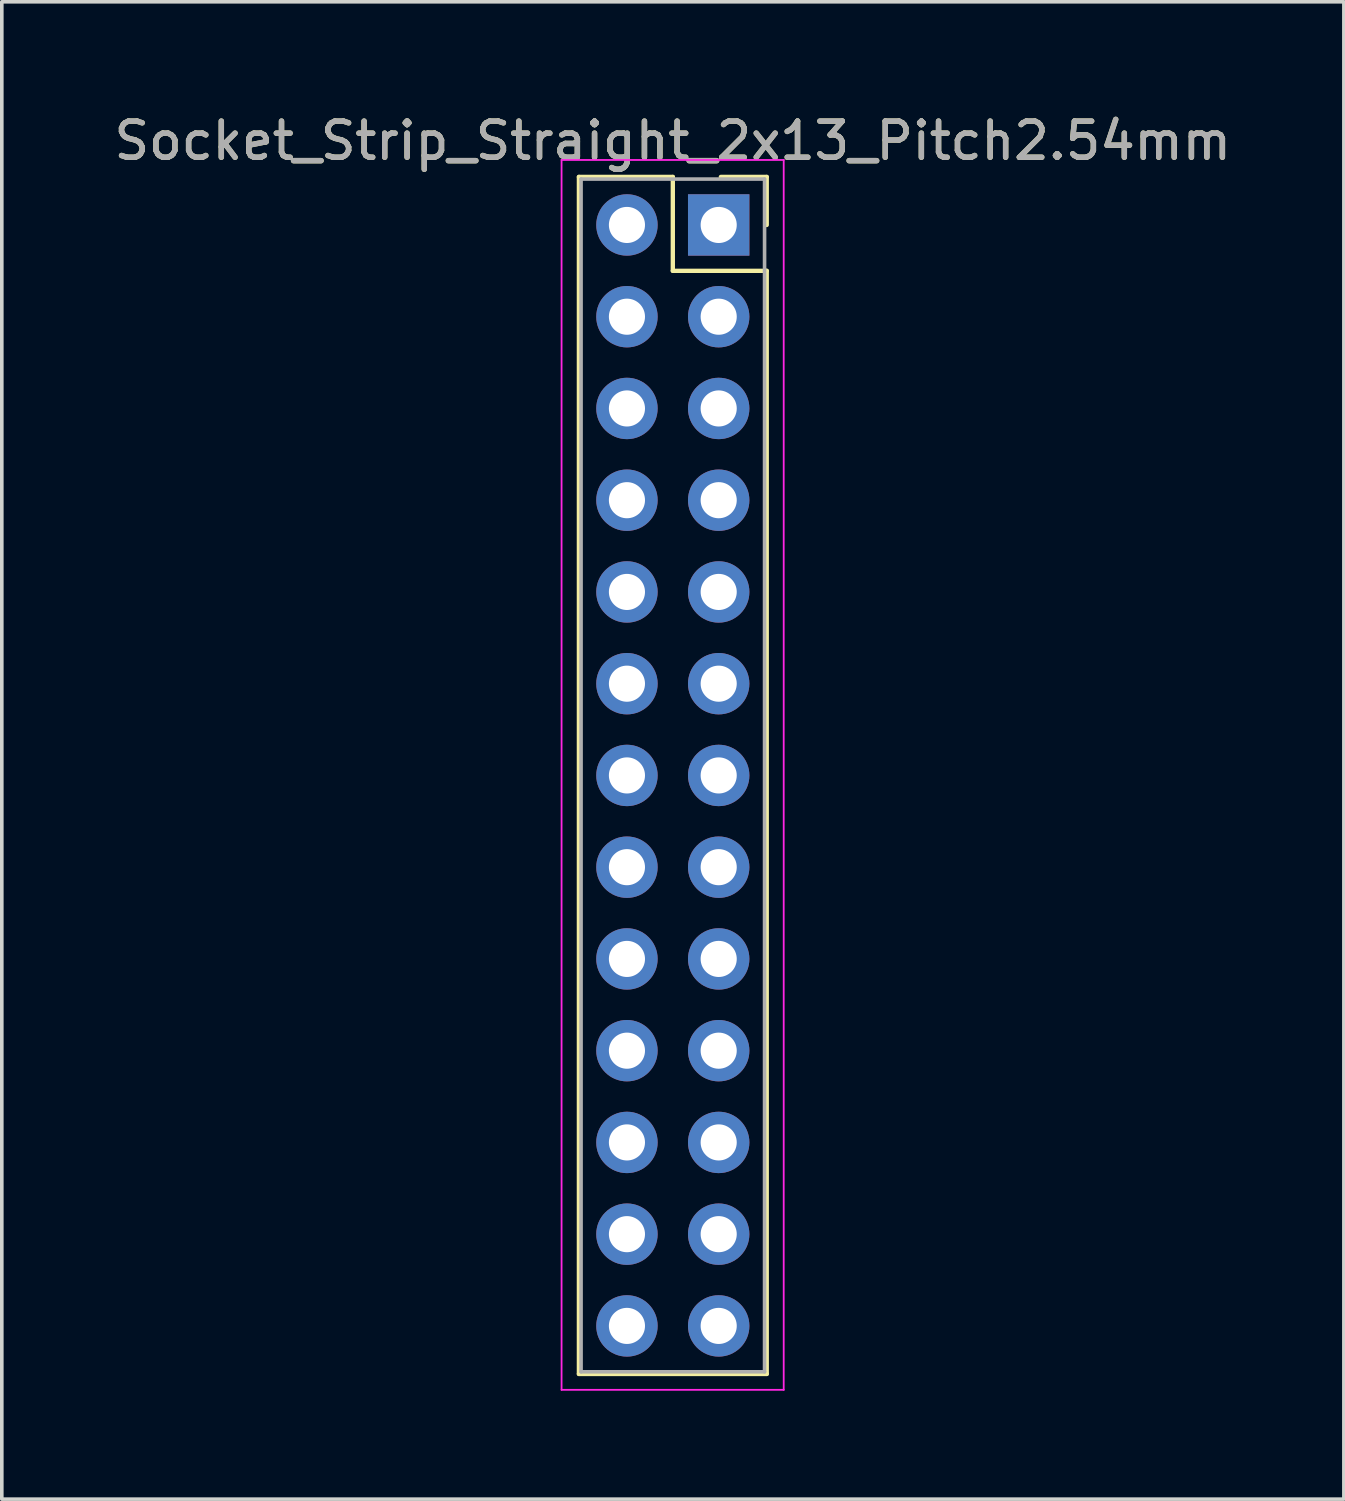
<source format=kicad_pcb>
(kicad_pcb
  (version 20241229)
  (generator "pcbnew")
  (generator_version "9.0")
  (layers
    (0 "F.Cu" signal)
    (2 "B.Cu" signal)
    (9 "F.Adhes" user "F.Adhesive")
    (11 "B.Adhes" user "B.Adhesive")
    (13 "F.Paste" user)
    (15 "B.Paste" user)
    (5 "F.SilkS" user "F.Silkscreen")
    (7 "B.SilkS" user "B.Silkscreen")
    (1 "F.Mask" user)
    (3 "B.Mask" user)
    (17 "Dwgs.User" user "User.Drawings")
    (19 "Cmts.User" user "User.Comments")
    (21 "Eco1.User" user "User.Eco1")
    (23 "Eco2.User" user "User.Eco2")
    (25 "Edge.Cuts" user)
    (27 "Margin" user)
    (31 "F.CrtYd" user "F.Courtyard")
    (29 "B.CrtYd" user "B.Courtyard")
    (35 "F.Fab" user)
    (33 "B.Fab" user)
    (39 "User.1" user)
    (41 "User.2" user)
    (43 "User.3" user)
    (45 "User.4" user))
  (footprint "Socket_Strip_Straight_2x13_Pitch2.54mm"
    (layer "F.Cu")
    (at 16.847 3.178)
    (property "Reference" "Socket_Strip_Straight_2x13_Pitch2.54mm" (at -1.27 -2.33 0) (layer "F.SilkS") (effects (font (size 1 1) (thickness 0.15))))
    (attr through_hole)
    (fp_line (start -3.87 -1.33) (end -1.27 -1.33) (stroke (width 0.12) (type solid)) (layer "F.SilkS"))
    (fp_line (start -3.87 31.81) (end -3.87 -1.33) (stroke (width 0.12) (type solid)) (layer "F.SilkS"))
    (fp_line (start -1.27 -1.33) (end -1.27 1.27) (stroke (width 0.12) (type solid)) (layer "F.SilkS"))
    (fp_line (start -1.27 1.27) (end 1.33 1.27) (stroke (width 0.12) (type solid)) (layer "F.SilkS"))
    (fp_line (start 1.33 -1.33) (end 0.06 -1.33) (stroke (width 0.12) (type solid)) (layer "F.SilkS"))
    (fp_line (start 1.33 0) (end 1.33 -1.33) (stroke (width 0.12) (type solid)) (layer "F.SilkS"))
    (fp_line (start 1.33 1.27) (end 1.33 31.81) (stroke (width 0.12) (type solid)) (layer "F.SilkS"))
    (fp_line (start 1.33 31.81) (end -3.87 31.81) (stroke (width 0.12) (type solid)) (layer "F.SilkS"))
    (fp_line (start -4.35 -1.8) (end -4.35 32.25) (stroke (width 0.05) (type solid)) (layer "F.CrtYd"))
    (fp_line (start -4.35 32.25) (end 1.8 32.25) (stroke (width 0.05) (type solid)) (layer "F.CrtYd"))
    (fp_line (start 1.8 -1.8) (end -4.35 -1.8) (stroke (width 0.05) (type solid)) (layer "F.CrtYd"))
    (fp_line (start 1.8 32.25) (end 1.8 -1.8) (stroke (width 0.05) (type solid)) (layer "F.CrtYd"))
    (fp_line (start -3.81 -1.27) (end -3.81 31.75) (stroke (width 0.1) (type solid)) (layer "F.Fab"))
    (fp_line (start -3.81 31.75) (end 1.27 31.75) (stroke (width 0.1) (type solid)) (layer "F.Fab"))
    (fp_line (start 1.27 -1.27) (end -3.81 -1.27) (stroke (width 0.1) (type solid)) (layer "F.Fab"))
    (fp_line (start 1.27 31.75) (end 1.27 -1.27) (stroke (width 0.1) (type solid)) (layer "F.Fab"))
    (fp_text user "${REFERENCE}" (at -1.27 -2.33 0) (layer "F.Fab") (effects (font (size 1 1) (thickness 0.15))))
    (pad "1" thru_hole rect (at 0 0) (size 1.7 1.7) (drill 1) (layers "*.Cu" "*.Mask"))
    (pad "2" thru_hole oval (at -2.54 0) (size 1.7 1.7) (drill 1) (layers "*.Cu" "*.Mask"))
    (pad "3" thru_hole oval (at 0 2.54) (size 1.7 1.7) (drill 1) (layers "*.Cu" "*.Mask"))
    (pad "4" thru_hole oval (at -2.54 2.54) (size 1.7 1.7) (drill 1) (layers "*.Cu" "*.Mask"))
    (pad "5" thru_hole oval (at 0 5.08) (size 1.7 1.7) (drill 1) (layers "*.Cu" "*.Mask"))
    (pad "6" thru_hole oval (at -2.54 5.08) (size 1.7 1.7) (drill 1) (layers "*.Cu" "*.Mask"))
    (pad "7" thru_hole oval (at 0 7.62) (size 1.7 1.7) (drill 1) (layers "*.Cu" "*.Mask"))
    (pad "8" thru_hole oval (at -2.54 7.62) (size 1.7 1.7) (drill 1) (layers "*.Cu" "*.Mask"))
    (pad "9" thru_hole oval (at 0 10.16) (size 1.7 1.7) (drill 1) (layers "*.Cu" "*.Mask"))
    (pad "10" thru_hole oval (at -2.54 10.16) (size 1.7 1.7) (drill 1) (layers "*.Cu" "*.Mask"))
    (pad "11" thru_hole oval (at 0 12.7) (size 1.7 1.7) (drill 1) (layers "*.Cu" "*.Mask"))
    (pad "12" thru_hole oval (at -2.54 12.7) (size 1.7 1.7) (drill 1) (layers "*.Cu" "*.Mask"))
    (pad "13" thru_hole oval (at 0 15.24) (size 1.7 1.7) (drill 1) (layers "*.Cu" "*.Mask"))
    (pad "14" thru_hole oval (at -2.54 15.24) (size 1.7 1.7) (drill 1) (layers "*.Cu" "*.Mask"))
    (pad "15" thru_hole oval (at 0 17.78) (size 1.7 1.7) (drill 1) (layers "*.Cu" "*.Mask"))
    (pad "16" thru_hole oval (at -2.54 17.78) (size 1.7 1.7) (drill 1) (layers "*.Cu" "*.Mask"))
    (pad "17" thru_hole oval (at 0 20.32) (size 1.7 1.7) (drill 1) (layers "*.Cu" "*.Mask"))
    (pad "18" thru_hole oval (at -2.54 20.32) (size 1.7 1.7) (drill 1) (layers "*.Cu" "*.Mask"))
    (pad "19" thru_hole oval (at 0 22.86) (size 1.7 1.7) (drill 1) (layers "*.Cu" "*.Mask"))
    (pad "20" thru_hole oval (at -2.54 22.86) (size 1.7 1.7) (drill 1) (layers "*.Cu" "*.Mask"))
    (pad "21" thru_hole oval (at 0 25.4) (size 1.7 1.7) (drill 1) (layers "*.Cu" "*.Mask"))
    (pad "22" thru_hole oval (at -2.54 25.4) (size 1.7 1.7) (drill 1) (layers "*.Cu" "*.Mask"))
    (pad "23" thru_hole oval (at 0 27.94) (size 1.7 1.7) (drill 1) (layers "*.Cu" "*.Mask"))
    (pad "24" thru_hole oval (at -2.54 27.94) (size 1.7 1.7) (drill 1) (layers "*.Cu" "*.Mask"))
    (pad "25" thru_hole oval (at 0 30.48) (size 1.7 1.7) (drill 1) (layers "*.Cu" "*.Mask"))
    (pad "26" thru_hole oval (at -2.54 30.48) (size 1.7 1.7) (drill 1) (layers "*.Cu" "*.Mask")))
  (gr_rect
    (start -3 -3)
    (end 34.155 38.453)
    (stroke (width 0.1) (type default))
    (fill no)
    (layer "Edge.Cuts")))
</source>
